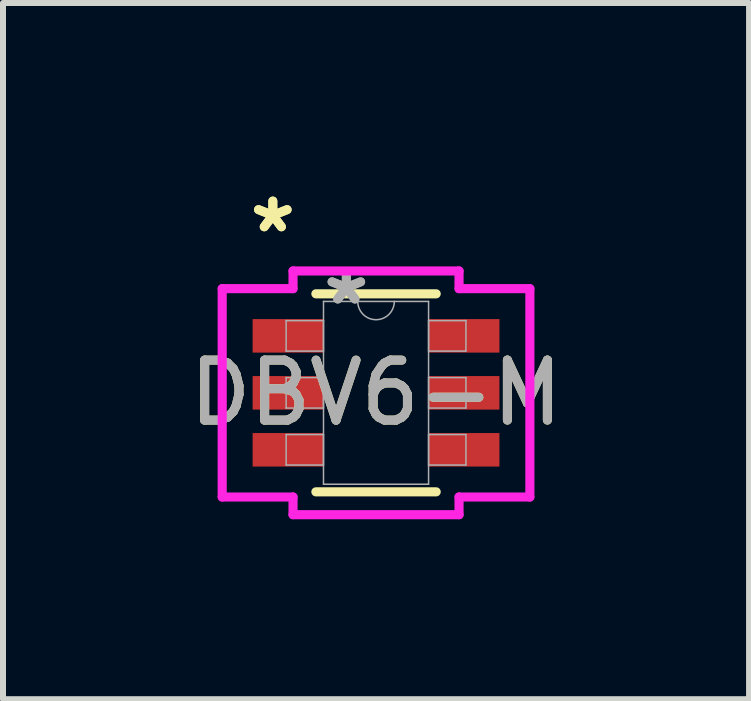
<source format=kicad_pcb>
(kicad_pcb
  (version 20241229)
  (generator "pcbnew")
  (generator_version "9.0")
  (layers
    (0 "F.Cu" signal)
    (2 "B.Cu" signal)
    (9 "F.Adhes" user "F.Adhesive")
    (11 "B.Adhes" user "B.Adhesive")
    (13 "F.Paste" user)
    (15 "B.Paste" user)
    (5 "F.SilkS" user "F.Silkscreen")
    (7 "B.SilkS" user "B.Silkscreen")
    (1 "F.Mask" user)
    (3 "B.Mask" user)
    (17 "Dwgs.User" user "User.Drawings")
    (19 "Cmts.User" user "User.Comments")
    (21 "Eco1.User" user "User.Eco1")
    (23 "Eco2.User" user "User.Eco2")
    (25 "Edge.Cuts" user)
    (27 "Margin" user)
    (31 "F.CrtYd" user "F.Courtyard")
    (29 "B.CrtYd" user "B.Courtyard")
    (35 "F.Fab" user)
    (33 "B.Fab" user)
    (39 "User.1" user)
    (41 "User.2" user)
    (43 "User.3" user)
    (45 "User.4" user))
  (footprint "DBV6-M"
    (layer "F.Cu")
    (at 3.22 3.5)
    (property "Reference" "DBV6-M" (at 0 0 0) (unlocked yes) (layer "F.SilkS") (effects (font (size 1 1) (thickness 0.15))))
    (attr smd)
    (fp_line (start -1.003 1.651) (end 1.003 1.651) (stroke (width 0.152) (type solid)) (layer "F.SilkS"))
    (fp_line (start 1.003 -1.651) (end -1.003 -1.651) (stroke (width 0.152) (type solid)) (layer "F.SilkS"))
    (fp_line (start -2.565 -1.737) (end -1.384 -1.737) (stroke (width 0.152) (type solid)) (layer "F.CrtYd"))
    (fp_line (start -2.565 1.737) (end -2.565 -1.737) (stroke (width 0.152) (type solid)) (layer "F.CrtYd"))
    (fp_line (start -2.565 1.737) (end -1.384 1.737) (stroke (width 0.152) (type solid)) (layer "F.CrtYd"))
    (fp_line (start -1.384 -2.032) (end 1.384 -2.032) (stroke (width 0.152) (type solid)) (layer "F.CrtYd"))
    (fp_line (start -1.384 -1.737) (end -1.384 -2.032) (stroke (width 0.152) (type solid)) (layer "F.CrtYd"))
    (fp_line (start -1.384 2.032) (end -1.384 1.737) (stroke (width 0.152) (type solid)) (layer "F.CrtYd"))
    (fp_line (start 1.384 -2.032) (end 1.384 -1.737) (stroke (width 0.152) (type solid)) (layer "F.CrtYd"))
    (fp_line (start 1.384 1.737) (end 1.384 2.032) (stroke (width 0.152) (type solid)) (layer "F.CrtYd"))
    (fp_line (start 1.384 2.032) (end -1.384 2.032) (stroke (width 0.152) (type solid)) (layer "F.CrtYd"))
    (fp_line (start 2.565 -1.737) (end 1.384 -1.737) (stroke (width 0.152) (type solid)) (layer "F.CrtYd"))
    (fp_line (start 2.565 -1.737) (end 2.565 1.737) (stroke (width 0.152) (type solid)) (layer "F.CrtYd"))
    (fp_line (start 2.565 1.737) (end 1.384 1.737) (stroke (width 0.152) (type solid)) (layer "F.CrtYd"))
    (fp_line (start -1.499 -1.204) (end -1.499 -0.696) (stroke (width 0.025) (type solid)) (layer "F.Fab"))
    (fp_line (start -1.499 -0.696) (end -0.876 -0.696) (stroke (width 0.025) (type solid)) (layer "F.Fab"))
    (fp_line (start -1.499 -0.254) (end -1.499 0.254) (stroke (width 0.025) (type solid)) (layer "F.Fab"))
    (fp_line (start -1.499 0.254) (end -0.876 0.254) (stroke (width 0.025) (type solid)) (layer "F.Fab"))
    (fp_line (start -1.499 0.696) (end -1.499 1.204) (stroke (width 0.025) (type solid)) (layer "F.Fab"))
    (fp_line (start -1.499 1.204) (end -0.876 1.204) (stroke (width 0.025) (type solid)) (layer "F.Fab"))
    (fp_line (start -0.876 -1.524) (end -0.876 1.524) (stroke (width 0.025) (type solid)) (layer "F.Fab"))
    (fp_line (start -0.876 -1.204) (end -1.499 -1.204) (stroke (width 0.025) (type solid)) (layer "F.Fab"))
    (fp_line (start -0.876 -0.696) (end -0.876 -1.204) (stroke (width 0.025) (type solid)) (layer "F.Fab"))
    (fp_line (start -0.876 -0.254) (end -1.499 -0.254) (stroke (width 0.025) (type solid)) (layer "F.Fab"))
    (fp_line (start -0.876 0.254) (end -0.876 -0.254) (stroke (width 0.025) (type solid)) (layer "F.Fab"))
    (fp_line (start -0.876 0.696) (end -1.499 0.696) (stroke (width 0.025) (type solid)) (layer "F.Fab"))
    (fp_line (start -0.876 1.204) (end -0.876 0.696) (stroke (width 0.025) (type solid)) (layer "F.Fab"))
    (fp_line (start -0.876 1.524) (end 0.876 1.524) (stroke (width 0.025) (type solid)) (layer "F.Fab"))
    (fp_line (start 0.876 -1.524) (end -0.876 -1.524) (stroke (width 0.025) (type solid)) (layer "F.Fab"))
    (fp_line (start 0.876 -1.204) (end 0.876 -0.696) (stroke (width 0.025) (type solid)) (layer "F.Fab"))
    (fp_line (start 0.876 -0.696) (end 1.499 -0.696) (stroke (width 0.025) (type solid)) (layer "F.Fab"))
    (fp_line (start 0.876 -0.254) (end 0.876 0.254) (stroke (width 0.025) (type solid)) (layer "F.Fab"))
    (fp_line (start 0.876 0.254) (end 1.499 0.254) (stroke (width 0.025) (type solid)) (layer "F.Fab"))
    (fp_line (start 0.876 0.696) (end 0.876 1.204) (stroke (width 0.025) (type solid)) (layer "F.Fab"))
    (fp_line (start 0.876 1.204) (end 1.499 1.204) (stroke (width 0.025) (type solid)) (layer "F.Fab"))
    (fp_line (start 0.876 1.524) (end 0.876 -1.524) (stroke (width 0.025) (type solid)) (layer "F.Fab"))
    (fp_line (start 1.499 -1.204) (end 0.876 -1.204) (stroke (width 0.025) (type solid)) (layer "F.Fab"))
    (fp_line (start 1.499 -0.696) (end 1.499 -1.204) (stroke (width 0.025) (type solid)) (layer "F.Fab"))
    (fp_line (start 1.499 -0.254) (end 0.876 -0.254) (stroke (width 0.025) (type solid)) (layer "F.Fab"))
    (fp_line (start 1.499 0.254) (end 1.499 -0.254) (stroke (width 0.025) (type solid)) (layer "F.Fab"))
    (fp_line (start 1.499 0.696) (end 0.876 0.696) (stroke (width 0.025) (type solid)) (layer "F.Fab"))
    (fp_line (start 1.499 1.204) (end 1.499 0.696) (stroke (width 0.025) (type solid)) (layer "F.Fab"))
    (fp_arc (start 0.3048 -1.524) (mid 0 -1.2192) (end -0.3048 -1.524) (stroke (width 0.0254) (type solid)) (layer "F.Fab"))
    (fp_text user "*" (at -1.721 -2.652 0) (layer "F.SilkS") (effects (font (size 1 1) (thickness 0.15))))
    (fp_text user "*" (at -1.721 -2.652 0) (unlocked yes) (layer "F.SilkS") (effects (font (size 1 1) (thickness 0.15))))
    (fp_text user "*" (at -0.495 -1.448 0) (unlocked yes) (layer "F.Fab") (effects (font (size 1 1) (thickness 0.15))))
    (fp_text user "*" (at -0.495 -1.448 0) (layer "F.Fab") (effects (font (size 1 1) (thickness 0.15))))
    (fp_text user "${REFERENCE}" (at 0 0 0) (unlocked yes) (layer "F.Fab") (effects (font (size 1 1) (thickness 0.15))))
    (pad "1" smd rect (at -1.467 -0.95) (size 1.181 0.559) (layers "F.Cu" "F.Mask" "F.Paste"))
    (pad "2" smd rect (at -1.467 0) (size 1.181 0.559) (layers "F.Cu" "F.Mask" "F.Paste"))
    (pad "3" smd rect (at -1.467 0.95) (size 1.181 0.559) (layers "F.Cu" "F.Mask" "F.Paste"))
    (pad "4" smd rect (at 1.467 0.95) (size 1.181 0.559) (layers "F.Cu" "F.Mask" "F.Paste"))
    (pad "5" smd rect (at 1.467 0) (size 1.181 0.559) (layers "F.Cu" "F.Mask" "F.Paste"))
    (pad "6" smd rect (at 1.467 -0.95) (size 1.181 0.559) (layers "F.Cu" "F.Mask" "F.Paste")))
  (gr_rect
    (start -3 -3)
    (end 9.44 8.608)
    (stroke (width 0.1) (type default))
    (fill no)
    (layer "Edge.Cuts")))
</source>
